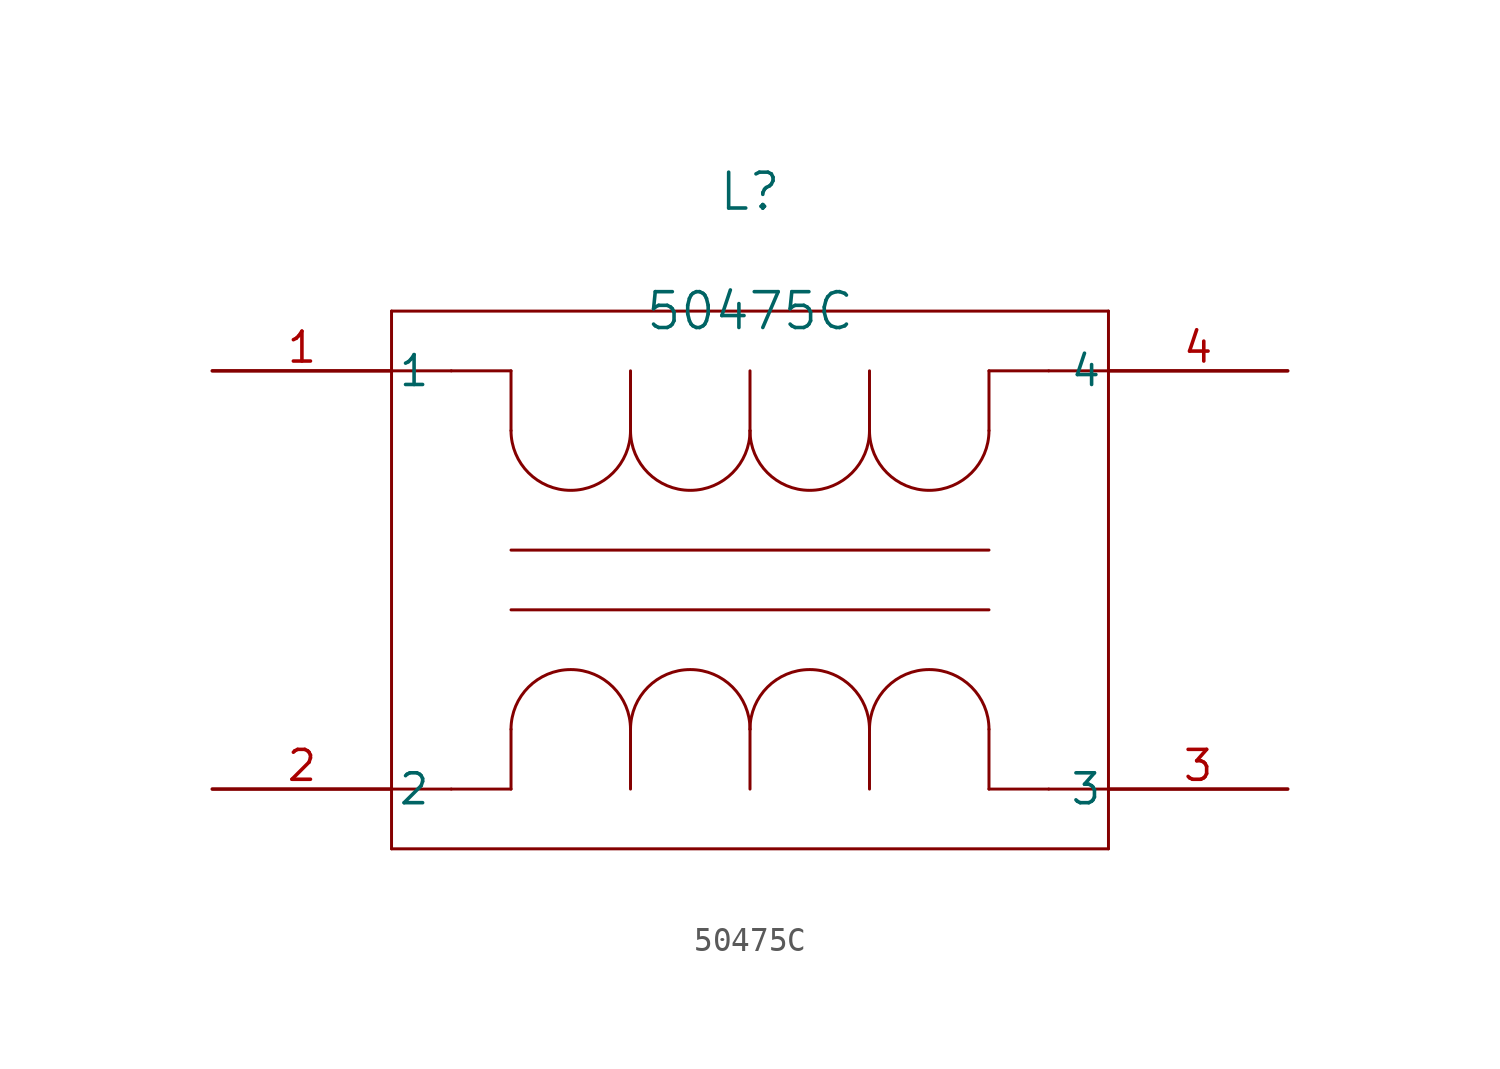
<source format=kicad_sym>
(kicad_symbol_lib
  (version 20211014)
  (generator kicad_symbol_editor)
  (symbol "50475C"
    (pin_names
      (offset 0.254))
    (property "Reference" "L"
      (at 22.86 7.62 0)
      (effects (font (size 1.524 1.524))))
    (property "Value" "50475C"
      (at 22.86 2.54 0)
      (effects (font (size 1.524 1.524))))
    (symbol "50475C_0_1"
      (polyline (pts (xy 38.1 -17.78) (xy 35.56 -17.78)) (stroke (width 0.127) (type default) (color 0 0 0 0)) (fill (type none)))
      (polyline (pts (xy 10.16 -17.78) (xy 7.62 -17.78)) (stroke (width 0.127) (type default) (color 0 0 0 0)) (fill (type none)))
      (arc (start 17.78 -15.24) (mid 15.24 -12.7) (end 12.7 -15.24) (stroke (width 0.127) (type default) (color 0 0 0 0)) (fill (type none)))
      (polyline (pts (xy 12.7 -15.24) (xy 12.7 -17.78)) (stroke (width 0.127) (type default) (color 0 0 0 0)) (fill (type none)))
      (polyline (pts (xy 33.02 0) (xy 35.56 0)) (stroke (width 0.127) (type default) (color 0 0 0 0)) (fill (type none)))
      (arc (start 22.86 -15.24) (mid 20.32 -12.7) (end 17.78 -15.24) (stroke (width 0.127) (type default) (color 0 0 0 0)) (fill (type none)))
      (polyline (pts (xy 17.78 -15.24) (xy 17.78 -17.78)) (stroke (width 0.127) (type default) (color 0 0 0 0)) (fill (type none)))
      (polyline (pts (xy 12.7 0) (xy 10.16 0)) (stroke (width 0.127) (type default) (color 0 0 0 0)) (fill (type none)))
      (arc (start 27.94 -15.24) (mid 25.4 -12.7) (end 22.86 -15.24) (stroke (width 0.127) (type default) (color 0 0 0 0)) (fill (type none)))
      (polyline (pts (xy 22.86 -15.24) (xy 22.86 -17.78)) (stroke (width 0.127) (type default) (color 0 0 0 0)) (fill (type none)))
      (arc (start 33.02 -15.24) (mid 30.48 -12.7) (end 27.94 -15.24) (stroke (width 0.127) (type default) (color 0 0 0 0)) (fill (type none)))
      (polyline (pts (xy 27.94 -15.24) (xy 27.94 -17.78)) (stroke (width 0.127) (type default) (color 0 0 0 0)) (fill (type none)))
      (polyline (pts (xy 33.02 -15.24) (xy 33.02 -17.78)) (stroke (width 0.127) (type default) (color 0 0 0 0)) (fill (type none)))
      (polyline (pts (xy 12.7 -17.78) (xy 10.16 -17.78)) (stroke (width 0.127) (type default) (color 0 0 0 0)) (fill (type none)))
      (polyline (pts (xy 33.02 -17.78) (xy 35.56 -17.78)) (stroke (width 0.127) (type default) (color 0 0 0 0)) (fill (type none)))
      (polyline (pts (xy 12.7 -7.62) (xy 33.02 -7.62)) (stroke (width 0.127) (type default) (color 0 0 0 0)) (fill (type none)))
      (polyline (pts (xy 12.7 -10.16) (xy 33.02 -10.16)) (stroke (width 0.127) (type default) (color 0 0 0 0)) (fill (type none)))
      (polyline (pts (xy 38.1 0) (xy 35.56 0)) (stroke (width 0.127) (type default) (color 0 0 0 0)) (fill (type none)))
      (polyline (pts (xy 7.62 0) (xy 10.16 0)) (stroke (width 0.127) (type default) (color 0 0 0 0)) (fill (type none)))
      (arc (start 12.7 -2.54) (mid 15.24 -5.08) (end 17.78 -2.54) (stroke (width 0.127) (type default) (color 0 0 0 0)) (fill (type none)))
      (polyline (pts (xy 12.7 -2.54) (xy 12.7 0)) (stroke (width 0.127) (type default) (color 0 0 0 0)) (fill (type none)))
      (arc (start 17.78 -2.54) (mid 20.32 -5.08) (end 22.86 -2.54) (stroke (width 0.127) (type default) (color 0 0 0 0)) (fill (type none)))
      (polyline (pts (xy 17.78 -2.54) (xy 17.78 0)) (stroke (width 0.127) (type default) (color 0 0 0 0)) (fill (type none)))
      (arc (start 22.86 -2.54) (mid 25.4 -5.08) (end 27.94 -2.54) (stroke (width 0.127) (type default) (color 0 0 0 0)) (fill (type none)))
      (polyline (pts (xy 22.86 -2.54) (xy 22.86 0)) (stroke (width 0.127) (type default) (color 0 0 0 0)) (fill (type none)))
      (arc (start 27.94 -2.54) (mid 30.48 -5.08) (end 33.02 -2.54) (stroke (width 0.127) (type default) (color 0 0 0 0)) (fill (type none)))
      (polyline (pts (xy 27.94 -2.54) (xy 27.94 0)) (stroke (width 0.127) (type default) (color 0 0 0 0)) (fill (type none)))
      (polyline (pts (xy 33.02 -2.54) (xy 33.02 0)) (stroke (width 0.127) (type default) (color 0 0 0 0)) (fill (type none)))
      (polyline (pts (xy 7.62 2.54) (xy 7.62 -20.32)) (stroke (width 0.127) (type default) (color 0 0 0 0)) (fill (type none)))
      (polyline (pts (xy 7.62 -20.32) (xy 38.1 -20.32)) (stroke (width 0.127) (type default) (color 0 0 0 0)) (fill (type none)))
      (polyline (pts (xy 38.1 -20.32) (xy 38.1 2.54)) (stroke (width 0.127) (type default) (color 0 0 0 0)) (fill (type none)))
      (polyline (pts (xy 38.1 2.54) (xy 7.62 2.54)) (stroke (width 0.127) (type default) (color 0 0 0 0)) (fill (type none)))
      (pin unspecified line (at 0 -17.78 0) (length 7.62) (name "2" (effects (font (size 1.27 1.27)))) (number "2" (effects (font (size 1.27 1.27)))))
      (pin unspecified line (at 0 0 0) (length 7.62) (name "1" (effects (font (size 1.27 1.27)))) (number "1" (effects (font (size 1.27 1.27)))))
      (pin unspecified line (at 45.72 -17.78 180) (length 7.62) (name "3" (effects (font (size 1.27 1.27)))) (number "3" (effects (font (size 1.27 1.27)))))
      (pin unspecified line (at 45.72 0 180) (length 7.62) (name "4" (effects (font (size 1.27 1.27)))) (number "4" (effects (font (size 1.27 1.27))))))))
</source>
